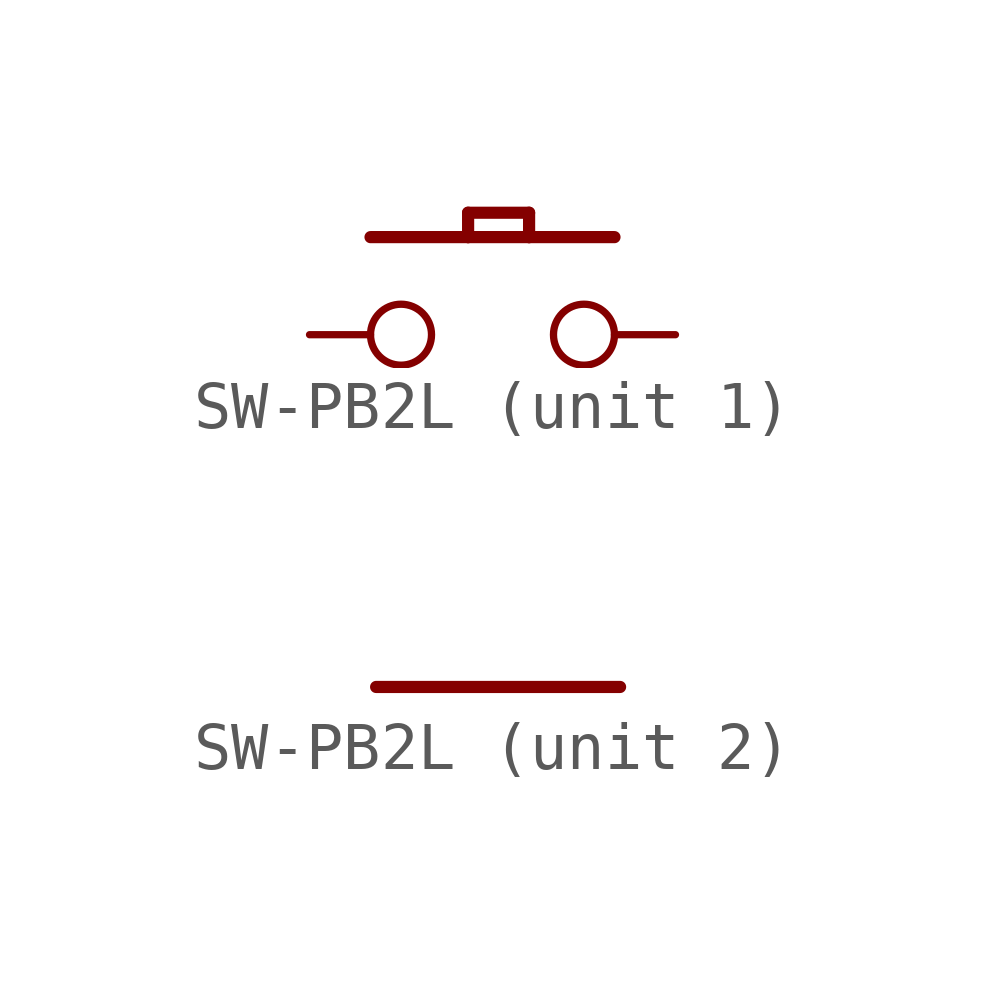
<source format=kicad_sym>
(kicad_symbol_lib
  (version 20211014)
  (generator kicad_symbol_editor)
  (symbol "SW-PB2L"
    (property "Reference" "SW"
      (at -5.08 -3.81 0)
      (effects (font (size 1.778 1.511)) (justify left bottom) hide))
    (property "ki_locked" ""
      (at 0 0 0)
      (effects (font (size 1.27 1.27))))
    (symbol "SW-PB2L_1_0"
      (polyline (pts (xy -3.81 2.032) (xy -1.778 2.032)) (stroke (width 0.254) (type default) (color 0 0 0 0)) (fill (type none)))
      (polyline (pts (xy -1.778 2.032) (xy -1.778 2.54)) (stroke (width 0.254) (type default) (color 0 0 0 0)) (fill (type none)))
      (polyline (pts (xy -1.778 2.032) (xy -0.508 2.032)) (stroke (width 0.254) (type default) (color 0 0 0 0)) (fill (type none)))
      (polyline (pts (xy -1.778 2.54) (xy -0.508 2.54)) (stroke (width 0.254) (type default) (color 0 0 0 0)) (fill (type none)))
      (polyline (pts (xy -0.508 2.032) (xy 1.27 2.032)) (stroke (width 0.254) (type default) (color 0 0 0 0)) (fill (type none)))
      (polyline (pts (xy -0.508 2.54) (xy -0.508 2.032)) (stroke (width 0.254) (type default) (color 0 0 0 0)) (fill (type none)))
      (pin passive inverted (at -5.08 0 0) (length 2.54) (name "P$1" (effects (font (size 0 0)))) (number "2" (effects (font (size 0 0)))))
      (pin passive inverted (at 2.54 0 180) (length 2.54) (name "P$2" (effects (font (size 0 0)))) (number "4" (effects (font (size 0 0))))))
    (symbol "SW-PB2L_2_0"
      (polyline (pts (xy -2.54 0) (xy 2.54 0)) (stroke (width 0.254) (type default) (color 0 0 0 0)) (fill (type none)))
      (pin power_in line (at -2.54 0 0) (length 0) (name "GND" (effects (font (size 0 0)))) (number "5" (effects (font (size 0 0))))))))
</source>
